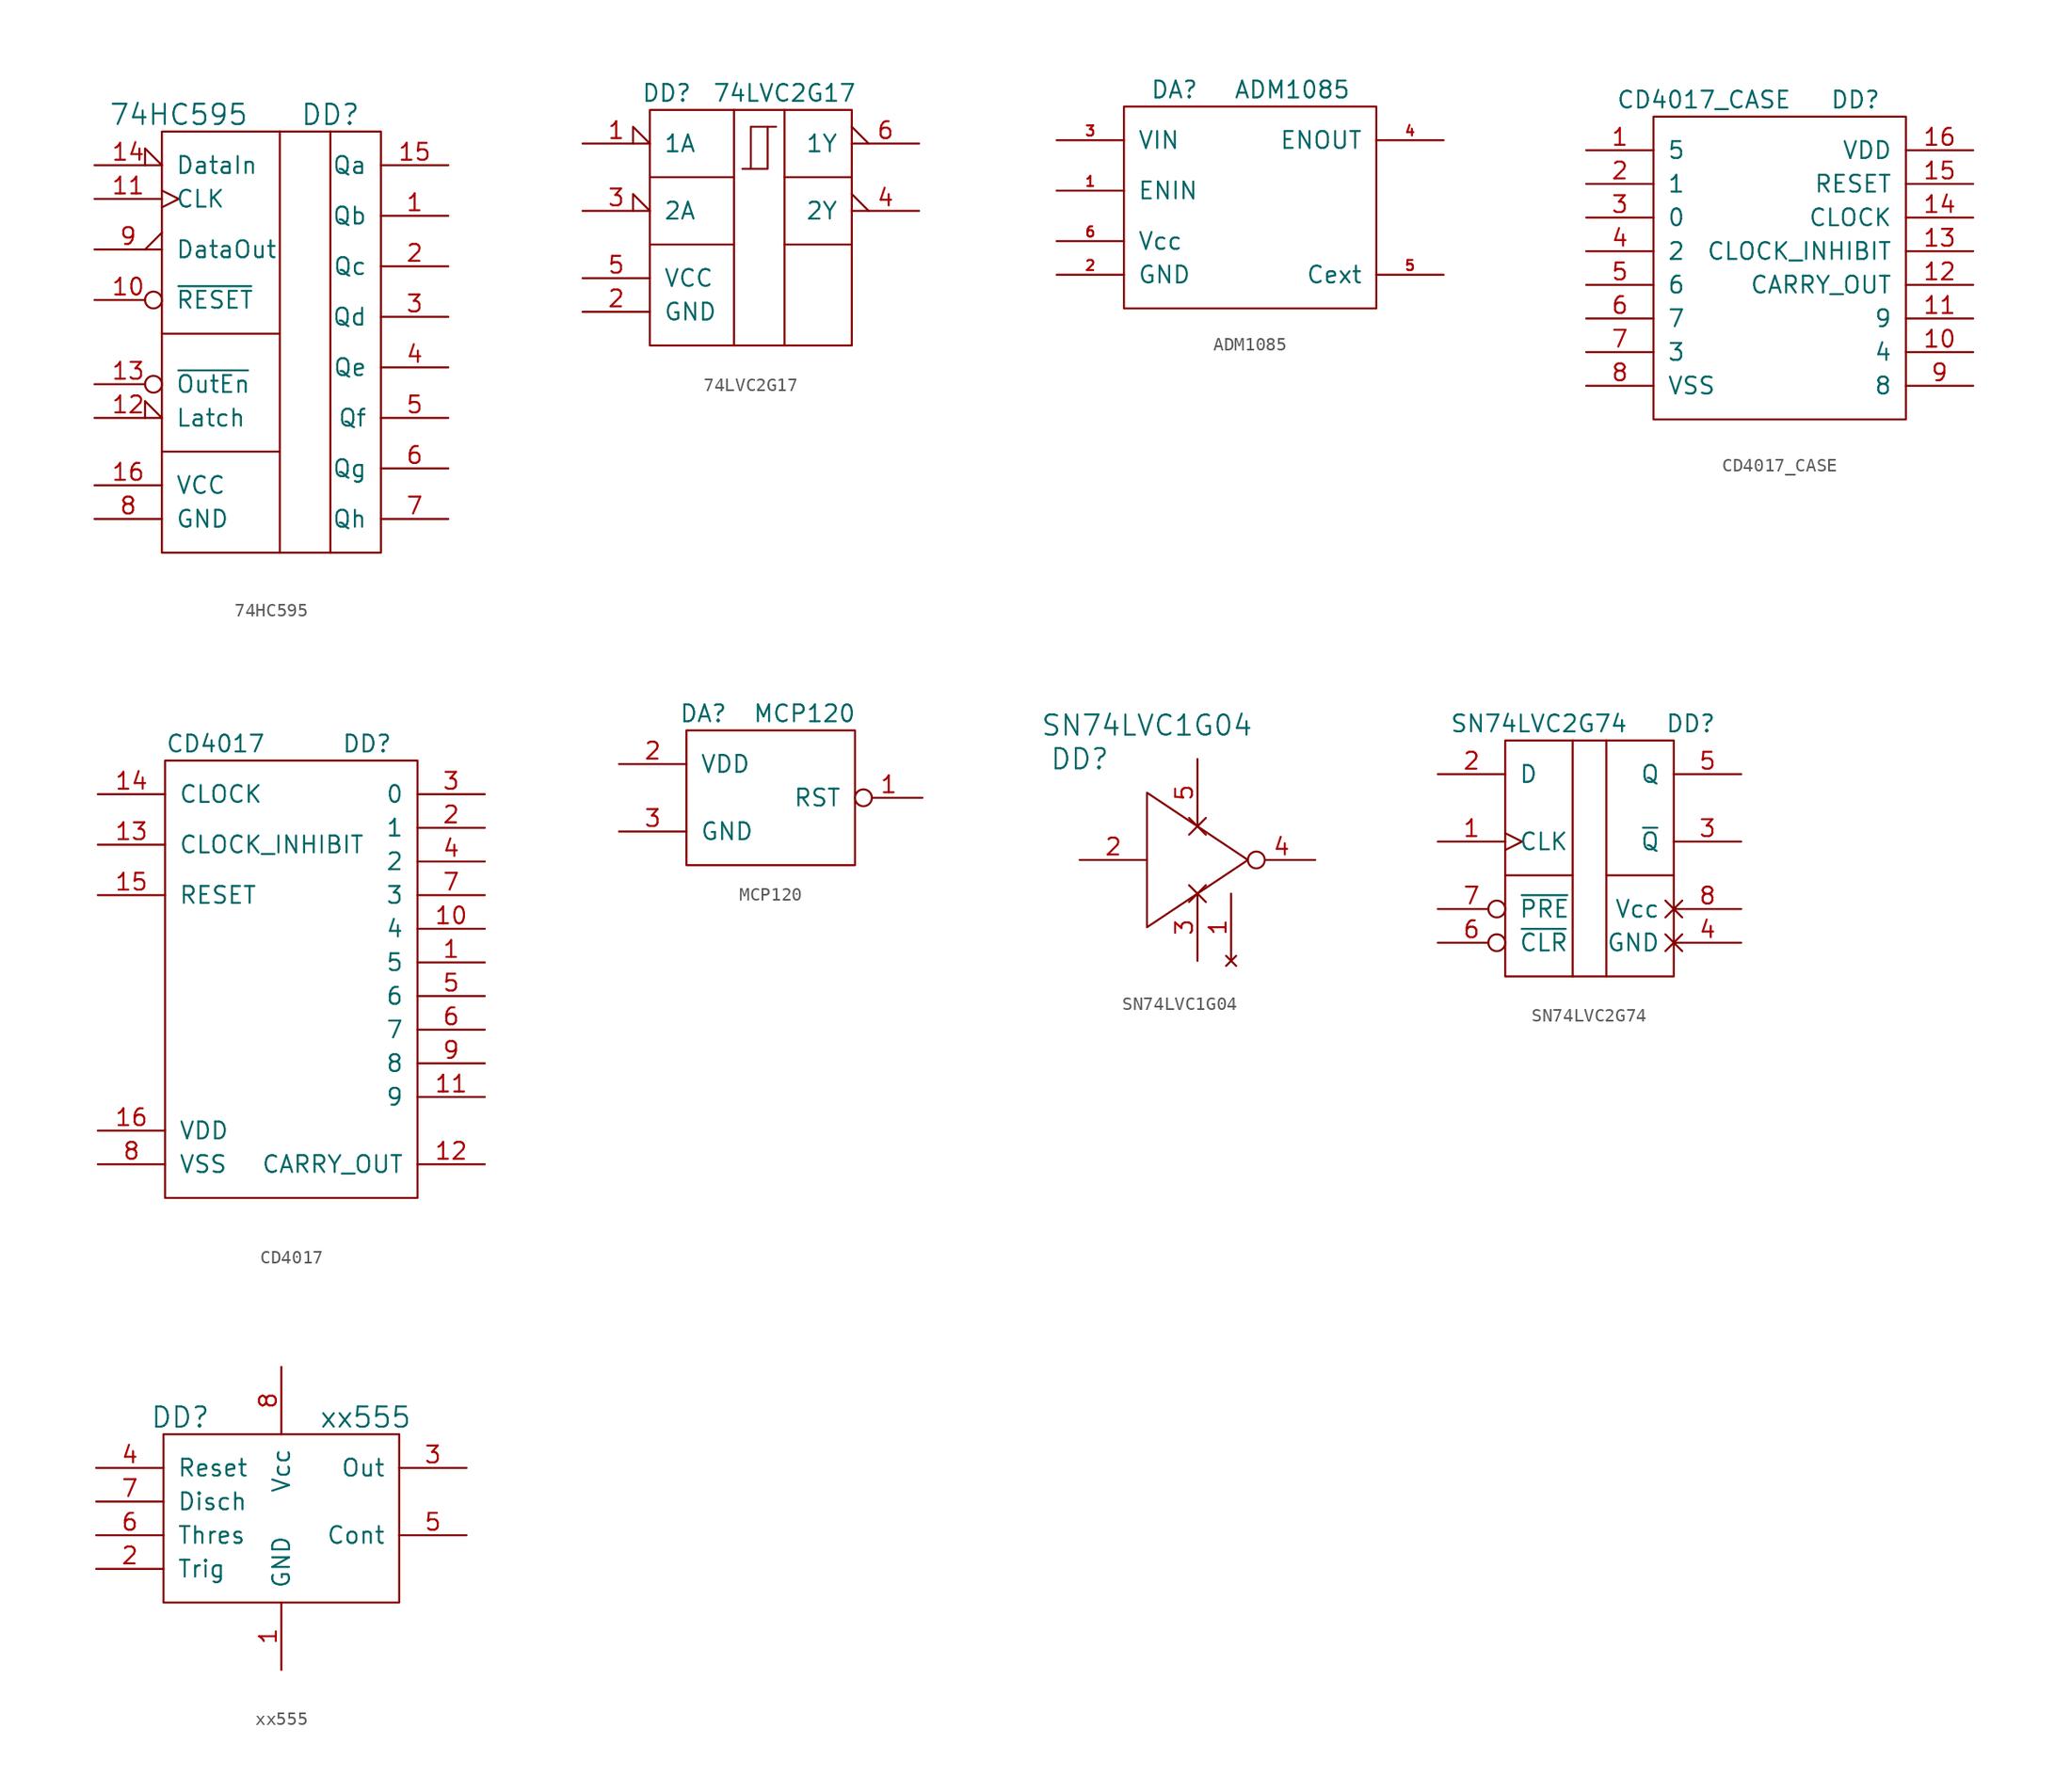
<source format=kicad_sym>
(kicad_symbol_lib
  (version 20201005)
  (generator kicad_symbol_editor)
  (symbol "standard_logic:74HC595"
    (pin_names
      (offset 1.016))
    (property "Reference" "DD"
      (at 3.81 21.59 0)
      (effects (font (size 1.524 1.524))))
    (property "Value" "74HC595"
      (at -7.62 21.59 0)
      (effects (font (size 1.524 1.524))))
    (property "Footprint" ""
      (at 0 0 0)
      (effects (font (size 1.524 1.524))))
    (property "Datasheet" ""
      (at 0 0 0)
      (effects (font (size 1.524 1.524))))
    (symbol "74HC595_0_1"
      (rectangle (start -8.89 20.32) (end 7.62 -11.43) (stroke (width 0)) (fill (type none)))
      (polyline (pts (xy -8.89 -3.81) (xy 0 -3.81) (xy 0 -3.81)) (stroke (width 0)) (fill (type none)))
      (polyline (pts (xy -8.89 5.08) (xy 0 5.08) (xy 0 5.08)) (stroke (width 0)) (fill (type none)))
      (polyline (pts (xy 0 20.32) (xy 0 -11.43) (xy 0 -11.43)) (stroke (width 0)) (fill (type none)))
      (polyline (pts (xy 3.81 20.32) (xy 3.81 -11.43) (xy 3.81 -11.43)) (stroke (width 0)) (fill (type none))))
    (symbol "74HC595_1_1"
      (pin passive line (at 12.7 13.97 180) (length 5.08) (name "Qb" (effects (font (size 1.27 1.27)))) (number "1" (effects (font (size 1.27 1.27)))))
      (pin passive inverted (at -13.97 7.62 0) (length 5.08) (name "~RESET" (effects (font (size 1.27 1.27)))) (number "10" (effects (font (size 1.27 1.27)))))
      (pin passive clock (at -13.97 15.24 0) (length 5.08) (name "CLK" (effects (font (size 1.27 1.27)))) (number "11" (effects (font (size 1.27 1.27)))))
      (pin passive input_low (at -13.97 -1.27 0) (length 5.08) (name "Latch" (effects (font (size 1.27 1.27)))) (number "12" (effects (font (size 1.27 1.27)))))
      (pin passive inverted (at -13.97 1.27 0) (length 5.08) (name "~OutEn" (effects (font (size 1.27 1.27)))) (number "13" (effects (font (size 1.27 1.27)))))
      (pin passive input_low (at -13.97 17.78 0) (length 5.08) (name "DataIn" (effects (font (size 1.27 1.27)))) (number "14" (effects (font (size 1.27 1.27)))))
      (pin passive line (at 12.7 17.78 180) (length 5.08) (name "Qa" (effects (font (size 1.27 1.27)))) (number "15" (effects (font (size 1.27 1.27)))))
      (pin power_in line (at -13.97 -6.35 0) (length 5.08) (name "VCC" (effects (font (size 1.27 1.27)))) (number "16" (effects (font (size 1.27 1.27)))))
      (pin passive line (at 12.7 10.16 180) (length 5.08) (name "Qc" (effects (font (size 1.27 1.27)))) (number "2" (effects (font (size 1.27 1.27)))))
      (pin passive line (at 12.7 6.35 180) (length 5.08) (name "Qd" (effects (font (size 1.27 1.27)))) (number "3" (effects (font (size 1.27 1.27)))))
      (pin passive line (at 12.7 2.54 180) (length 5.08) (name "Qe" (effects (font (size 1.27 1.27)))) (number "4" (effects (font (size 1.27 1.27)))))
      (pin passive line (at 12.7 -1.27 180) (length 5.08) (name "Qf" (effects (font (size 1.27 1.27)))) (number "5" (effects (font (size 1.27 1.27)))))
      (pin passive line (at 12.7 -5.08 180) (length 5.08) (name "Qg" (effects (font (size 1.27 1.27)))) (number "6" (effects (font (size 1.27 1.27)))))
      (pin passive line (at 12.7 -8.89 180) (length 5.08) (name "Qh" (effects (font (size 1.27 1.27)))) (number "7" (effects (font (size 1.27 1.27)))))
      (pin power_in line (at -13.97 -8.89 0) (length 5.08) (name "GND" (effects (font (size 1.27 1.27)))) (number "8" (effects (font (size 1.27 1.27)))))
      (pin passive output_low (at -13.97 11.43 0) (length 5.08) (name "DataOut" (effects (font (size 1.27 1.27)))) (number "9" (effects (font (size 1.27 1.27)))))))
  (symbol "standard_logic:74LVC2G17"
    (pin_names
      (offset 1.016))
    (property "Reference" "DD"
      (at -6.35 10.16 0)
      (effects (font (size 1.27 1.27))))
    (property "Value" "74LVC2G17"
      (at 2.54 10.16 0)
      (effects (font (size 1.27 1.27))))
    (symbol "74LVC2G17_0_1"
      (rectangle (start -7.62 8.89) (end 7.62 -8.89) (stroke (width 0)) (fill (type none)))
      (polyline (pts (xy -7.62 -1.27) (xy -1.27 -1.27)) (stroke (width 0)) (fill (type none)))
      (polyline (pts (xy -7.62 3.81) (xy -1.27 3.81)) (stroke (width 0)) (fill (type none)))
      (polyline (pts (xy -1.27 -8.89) (xy -1.27 8.89)) (stroke (width 0)) (fill (type none)))
      (polyline (pts (xy 2.54 -8.89) (xy 2.54 8.89)) (stroke (width 0)) (fill (type none)))
      (polyline (pts (xy 2.54 -1.27) (xy 7.62 -1.27)) (stroke (width 0)) (fill (type none)))
      (polyline (pts (xy 2.54 3.81) (xy 7.62 3.81)) (stroke (width 0)) (fill (type none)))
      (polyline (pts (xy 0 4.445) (xy 0 7.62) (xy 1.27 7.62)) (stroke (width 0)) (fill (type none)))
      (polyline (pts (xy -0.635 4.445) (xy 1.27 4.445) (xy 1.27 7.62) (xy 1.905 7.62)) (stroke (width 0)) (fill (type none))))
    (symbol "74LVC2G17_1_1"
      (pin passive input_low (at -12.7 6.35 0) (length 5.08) (name "1A" (effects (font (size 1.27 1.27)))) (number "1" (effects (font (size 1.27 1.27)))))
      (pin power_in line (at -12.7 -6.35 0) (length 5.08) (name "GND" (effects (font (size 1.27 1.27)))) (number "2" (effects (font (size 1.27 1.27)))))
      (pin passive input_low (at -12.7 1.27 0) (length 5.08) (name "2A" (effects (font (size 1.27 1.27)))) (number "3" (effects (font (size 1.27 1.27)))))
      (pin passive output_low (at 12.7 1.27 180) (length 5.08) (name "2Y" (effects (font (size 1.27 1.27)))) (number "4" (effects (font (size 1.27 1.27)))))
      (pin power_in line (at -12.7 -3.81 0) (length 5.08) (name "VCC" (effects (font (size 1.27 1.27)))) (number "5" (effects (font (size 1.27 1.27)))))
      (pin passive output_low (at 12.7 6.35 180) (length 5.08) (name "1Y" (effects (font (size 1.27 1.27)))) (number "6" (effects (font (size 1.27 1.27)))))))
  (symbol "standard_logic:ADM1085"
    (pin_names
      (offset 1.016))
    (property "Reference" "DA"
      (at -6.35 7.62 0)
      (effects (font (size 1.27 1.27))))
    (property "Value" "ADM1085"
      (at 2.54 7.62 0)
      (effects (font (size 1.27 1.27))))
    (symbol "ADM1085_0_0"
      (pin passive line (at -15.24 0 0) (length 5.08) (name "ENIN" (effects (font (size 1.27 1.27)))) (number "1" (effects (font (size 0.762 0.762)))))
      (pin power_in line (at -15.24 -6.35 0) (length 5.08) (name "GND" (effects (font (size 1.27 1.27)))) (number "2" (effects (font (size 0.762 0.762)))))
      (pin passive line (at -15.24 3.81 0) (length 5.08) (name "VIN" (effects (font (size 1.27 1.27)))) (number "3" (effects (font (size 0.762 0.762)))))
      (pin passive line (at 13.97 3.81 180) (length 5.08) (name "ENOUT" (effects (font (size 1.27 1.27)))) (number "4" (effects (font (size 0.762 0.762)))))
      (pin passive line (at 13.97 -6.35 180) (length 5.08) (name "Cext" (effects (font (size 1.27 1.27)))) (number "5" (effects (font (size 0.762 0.762)))))
      (pin power_in line (at -15.24 -3.81 0) (length 5.08) (name "Vcc" (effects (font (size 1.27 1.27)))) (number "6" (effects (font (size 0.762 0.762))))))
    (symbol "ADM1085_0_1"
      (rectangle (start -10.16 6.35) (end 8.89 -8.89) (stroke (width 0)) (fill (type none)))))
  (symbol "standard_logic:CD4017_CASE"
    (pin_names
      (offset 1.016))
    (property "Reference" "DD"
      (at 6.35 11.43 0)
      (effects (font (size 1.27 1.27))))
    (property "Value" "CD4017_CASE"
      (at -5.08 11.43 0)
      (effects (font (size 1.27 1.27))))
    (symbol "CD4017_CASE_0_1"
      (rectangle (start -8.89 10.16) (end 10.16 -12.7) (stroke (width 0)) (fill (type none))))
    (symbol "CD4017_CASE_1_1"
      (pin passive line (at -13.97 7.62 0) (length 5.08) (name "5" (effects (font (size 1.27 1.27)))) (number "1" (effects (font (size 1.27 1.27)))))
      (pin passive line (at 15.24 -7.62 180) (length 5.08) (name "4" (effects (font (size 1.27 1.27)))) (number "10" (effects (font (size 1.27 1.27)))))
      (pin passive line (at 15.24 -5.08 180) (length 5.08) (name "9" (effects (font (size 1.27 1.27)))) (number "11" (effects (font (size 1.27 1.27)))))
      (pin passive line (at 15.24 -2.54 180) (length 5.08) (name "CARRY_OUT" (effects (font (size 1.27 1.27)))) (number "12" (effects (font (size 1.27 1.27)))))
      (pin passive line (at 15.24 0 180) (length 5.08) (name "CLOCK_INHIBIT" (effects (font (size 1.27 1.27)))) (number "13" (effects (font (size 1.27 1.27)))))
      (pin passive line (at 15.24 2.54 180) (length 5.08) (name "CLOCK" (effects (font (size 1.27 1.27)))) (number "14" (effects (font (size 1.27 1.27)))))
      (pin passive line (at 15.24 5.08 180) (length 5.08) (name "RESET" (effects (font (size 1.27 1.27)))) (number "15" (effects (font (size 1.27 1.27)))))
      (pin passive line (at 15.24 7.62 180) (length 5.08) (name "VDD" (effects (font (size 1.27 1.27)))) (number "16" (effects (font (size 1.27 1.27)))))
      (pin passive line (at -13.97 5.08 0) (length 5.08) (name "1" (effects (font (size 1.27 1.27)))) (number "2" (effects (font (size 1.27 1.27)))))
      (pin passive line (at -13.97 2.54 0) (length 5.08) (name "0" (effects (font (size 1.27 1.27)))) (number "3" (effects (font (size 1.27 1.27)))))
      (pin passive line (at -13.97 0 0) (length 5.08) (name "2" (effects (font (size 1.27 1.27)))) (number "4" (effects (font (size 1.27 1.27)))))
      (pin passive line (at -13.97 -2.54 0) (length 5.08) (name "6" (effects (font (size 1.27 1.27)))) (number "5" (effects (font (size 1.27 1.27)))))
      (pin passive line (at -13.97 -5.08 0) (length 5.08) (name "7" (effects (font (size 1.27 1.27)))) (number "6" (effects (font (size 1.27 1.27)))))
      (pin passive line (at -13.97 -7.62 0) (length 5.08) (name "3" (effects (font (size 1.27 1.27)))) (number "7" (effects (font (size 1.27 1.27)))))
      (pin passive line (at -13.97 -10.16 0) (length 5.08) (name "VSS" (effects (font (size 1.27 1.27)))) (number "8" (effects (font (size 1.27 1.27)))))
      (pin passive line (at 15.24 -10.16 180) (length 5.08) (name "8" (effects (font (size 1.27 1.27)))) (number "9" (effects (font (size 1.27 1.27)))))))
  (symbol "standard_logic:CD4017"
    (pin_names
      (offset 1.016))
    (property "Reference" "DD"
      (at 6.35 17.78 0)
      (effects (font (size 1.27 1.27))))
    (property "Value" "CD4017"
      (at -5.08 17.78 0)
      (effects (font (size 1.27 1.27))))
    (symbol "CD4017_0_1"
      (rectangle (start -8.89 16.51) (end 10.16 -16.51) (stroke (width 0)) (fill (type none))))
    (symbol "CD4017_1_1"
      (pin passive line (at 15.24 1.27 180) (length 5.08) (name "5" (effects (font (size 1.27 1.27)))) (number "1" (effects (font (size 1.27 1.27)))))
      (pin passive line (at 15.24 3.81 180) (length 5.08) (name "4" (effects (font (size 1.27 1.27)))) (number "10" (effects (font (size 1.27 1.27)))))
      (pin passive line (at 15.24 -8.89 180) (length 5.08) (name "9" (effects (font (size 1.27 1.27)))) (number "11" (effects (font (size 1.27 1.27)))))
      (pin passive line (at 15.24 -13.97 180) (length 5.08) (name "CARRY_OUT" (effects (font (size 1.27 1.27)))) (number "12" (effects (font (size 1.27 1.27)))))
      (pin passive line (at -13.97 10.16 0) (length 5.08) (name "CLOCK_INHIBIT" (effects (font (size 1.27 1.27)))) (number "13" (effects (font (size 1.27 1.27)))))
      (pin passive line (at -13.97 13.97 0) (length 5.08) (name "CLOCK" (effects (font (size 1.27 1.27)))) (number "14" (effects (font (size 1.27 1.27)))))
      (pin passive line (at -13.97 6.35 0) (length 5.08) (name "RESET" (effects (font (size 1.27 1.27)))) (number "15" (effects (font (size 1.27 1.27)))))
      (pin passive line (at -13.97 -11.43 0) (length 5.08) (name "VDD" (effects (font (size 1.27 1.27)))) (number "16" (effects (font (size 1.27 1.27)))))
      (pin passive line (at 15.24 11.43 180) (length 5.08) (name "1" (effects (font (size 1.27 1.27)))) (number "2" (effects (font (size 1.27 1.27)))))
      (pin passive line (at 15.24 13.97 180) (length 5.08) (name "0" (effects (font (size 1.27 1.27)))) (number "3" (effects (font (size 1.27 1.27)))))
      (pin passive line (at 15.24 8.89 180) (length 5.08) (name "2" (effects (font (size 1.27 1.27)))) (number "4" (effects (font (size 1.27 1.27)))))
      (pin passive line (at 15.24 -1.27 180) (length 5.08) (name "6" (effects (font (size 1.27 1.27)))) (number "5" (effects (font (size 1.27 1.27)))))
      (pin passive line (at 15.24 -3.81 180) (length 5.08) (name "7" (effects (font (size 1.27 1.27)))) (number "6" (effects (font (size 1.27 1.27)))))
      (pin passive line (at 15.24 6.35 180) (length 5.08) (name "3" (effects (font (size 1.27 1.27)))) (number "7" (effects (font (size 1.27 1.27)))))
      (pin passive line (at -13.97 -13.97 0) (length 5.08) (name "VSS" (effects (font (size 1.27 1.27)))) (number "8" (effects (font (size 1.27 1.27)))))
      (pin passive line (at 15.24 -6.35 180) (length 5.08) (name "8" (effects (font (size 1.27 1.27)))) (number "9" (effects (font (size 1.27 1.27)))))))
  (symbol "standard_logic:MCP120"
    (pin_names
      (offset 1.016))
    (property "Reference" "DA"
      (at -5.08 6.35 0)
      (effects (font (size 1.27 1.27))))
    (property "Value" "MCP120"
      (at 2.54 6.35 0)
      (effects (font (size 1.27 1.27))))
    (symbol "MCP120_0_1"
      (rectangle (start -6.35 5.08) (end 6.35 -5.08) (stroke (width 0)) (fill (type none))))
    (symbol "MCP120_1_1"
      (pin output inverted (at 11.43 0 180) (length 5.08) (name "RST" (effects (font (size 1.27 1.27)))) (number "1" (effects (font (size 1.27 1.27)))))
      (pin input line (at -11.43 2.54 0) (length 5.08) (name "VDD" (effects (font (size 1.27 1.27)))) (number "2" (effects (font (size 1.27 1.27)))))
      (pin power_in line (at -11.43 -2.54 0) (length 5.08) (name "GND" (effects (font (size 1.27 1.27)))) (number "3" (effects (font (size 1.27 1.27)))))))
  (symbol "standard_logic:SN74LVC1G04"
    (pin_names
      (offset 1.016) hide)
    (property "Reference" "DD"
      (at -8.89 7.62 0)
      (effects (font (size 1.524 1.524))))
    (property "Value" "SN74LVC1G04"
      (at -3.81 10.16 0)
      (effects (font (size 1.524 1.524))))
    (symbol "SN74LVC1G04_0_1"
      (polyline (pts (xy -3.81 0) (xy -3.81 5.08) (xy 3.81 0) (xy -3.81 -5.08) (xy -3.81 0)) (stroke (width 0)) (fill (type none))))
    (symbol "SN74LVC1G04_1_1"
      (pin no_connect line (at 2.54 -7.62 90) (length 5.08) (name "NC" (effects (font (size 1.27 1.27)))) (number "1" (effects (font (size 1.27 1.27)))))
      (pin passive line (at -8.89 0 0) (length 5.08) (name "A" (effects (font (size 1.27 1.27)))) (number "2" (effects (font (size 1.27 1.27)))))
      (pin power_in non_logic (at 0 -7.62 90) (length 5.08) (name "GND" (effects (font (size 1.27 1.27)))) (number "3" (effects (font (size 1.27 1.27)))))
      (pin passive inverted (at 8.89 0 180) (length 5.08) (name "Y" (effects (font (size 1.27 1.27)))) (number "4" (effects (font (size 1.27 1.27)))))
      (pin power_in non_logic (at 0 7.62 270) (length 5.08) (name "Vcc" (effects (font (size 1.27 1.27)))) (number "5" (effects (font (size 1.27 1.27)))))))
  (symbol "standard_logic:SN74LVC2G74"
    (pin_names
      (offset 1.016))
    (property "Reference" "DD"
      (at 7.62 10.16 0)
      (effects (font (size 1.27 1.27))))
    (property "Value" "SN74LVC2G74"
      (at -3.81 10.16 0)
      (effects (font (size 1.27 1.27))))
    (symbol "SN74LVC2G74_0_1"
      (rectangle (start -6.35 8.89) (end 6.35 -8.89) (stroke (width 0)) (fill (type none)))
      (polyline (pts (xy -6.35 -1.27) (xy -1.27 -1.27)) (stroke (width 0)) (fill (type none)))
      (polyline (pts (xy -1.27 8.89) (xy -1.27 -8.89)) (stroke (width 0)) (fill (type none)))
      (polyline (pts (xy 1.27 -1.27) (xy 6.35 -1.27)) (stroke (width 0)) (fill (type none)))
      (polyline (pts (xy 1.27 8.89) (xy 1.27 -8.89)) (stroke (width 0)) (fill (type none))))
    (symbol "SN74LVC2G74_1_1"
      (pin passive clock (at -11.43 1.27 0) (length 5.08) (name "CLK" (effects (font (size 1.27 1.27)))) (number "1" (effects (font (size 1.27 1.27)))))
      (pin passive line (at -11.43 6.35 0) (length 5.08) (name "D" (effects (font (size 1.27 1.27)))) (number "2" (effects (font (size 1.27 1.27)))))
      (pin passive line (at 11.43 1.27 180) (length 5.08) (name "~Q" (effects (font (size 1.27 1.27)))) (number "3" (effects (font (size 1.27 1.27)))))
      (pin power_in non_logic (at 11.43 -6.35 180) (length 5.08) (name "GND" (effects (font (size 1.27 1.27)))) (number "4" (effects (font (size 1.27 1.27)))))
      (pin passive line (at 11.43 6.35 180) (length 5.08) (name "Q" (effects (font (size 1.27 1.27)))) (number "5" (effects (font (size 1.27 1.27)))))
      (pin passive inverted (at -11.43 -6.35 0) (length 5.08) (name "~CLR" (effects (font (size 1.27 1.27)))) (number "6" (effects (font (size 1.27 1.27)))))
      (pin passive inverted (at -11.43 -3.81 0) (length 5.08) (name "~PRE" (effects (font (size 1.27 1.27)))) (number "7" (effects (font (size 1.27 1.27)))))
      (pin power_in non_logic (at 11.43 -3.81 180) (length 5.08) (name "Vcc" (effects (font (size 1.27 1.27)))) (number "8" (effects (font (size 1.27 1.27)))))))
  (symbol "standard_logic:xx555"
    (pin_names
      (offset 1.016))
    (property "Reference" "DD"
      (at -7.62 7.62 0)
      (effects (font (size 1.524 1.524))))
    (property "Value" "xx555"
      (at 6.35 7.62 0)
      (effects (font (size 1.524 1.524))))
    (symbol "xx555_0_1"
      (rectangle (start -8.89 6.35) (end 8.89 -6.35) (stroke (width 0)) (fill (type none))))
    (symbol "xx555_1_1"
      (pin power_in line (at 0 -11.43 90) (length 5.08) (name "GND" (effects (font (size 1.27 1.27)))) (number "1" (effects (font (size 1.27 1.27)))))
      (pin passive line (at -13.97 -3.81 0) (length 5.08) (name "Trig" (effects (font (size 1.27 1.27)))) (number "2" (effects (font (size 1.27 1.27)))))
      (pin passive line (at 13.97 3.81 180) (length 5.08) (name "Out" (effects (font (size 1.27 1.27)))) (number "3" (effects (font (size 1.27 1.27)))))
      (pin passive line (at -13.97 3.81 0) (length 5.08) (name "Reset" (effects (font (size 1.27 1.27)))) (number "4" (effects (font (size 1.27 1.27)))))
      (pin passive line (at 13.97 -1.27 180) (length 5.08) (name "Cont" (effects (font (size 1.27 1.27)))) (number "5" (effects (font (size 1.27 1.27)))))
      (pin passive line (at -13.97 -1.27 0) (length 5.08) (name "Thres" (effects (font (size 1.27 1.27)))) (number "6" (effects (font (size 1.27 1.27)))))
      (pin passive line (at -13.97 1.27 0) (length 5.08) (name "Disch" (effects (font (size 1.27 1.27)))) (number "7" (effects (font (size 1.27 1.27)))))
      (pin power_in line (at 0 11.43 270) (length 5.08) (name "Vcc" (effects (font (size 1.27 1.27)))) (number "8" (effects (font (size 1.27 1.27))))))))
</source>
